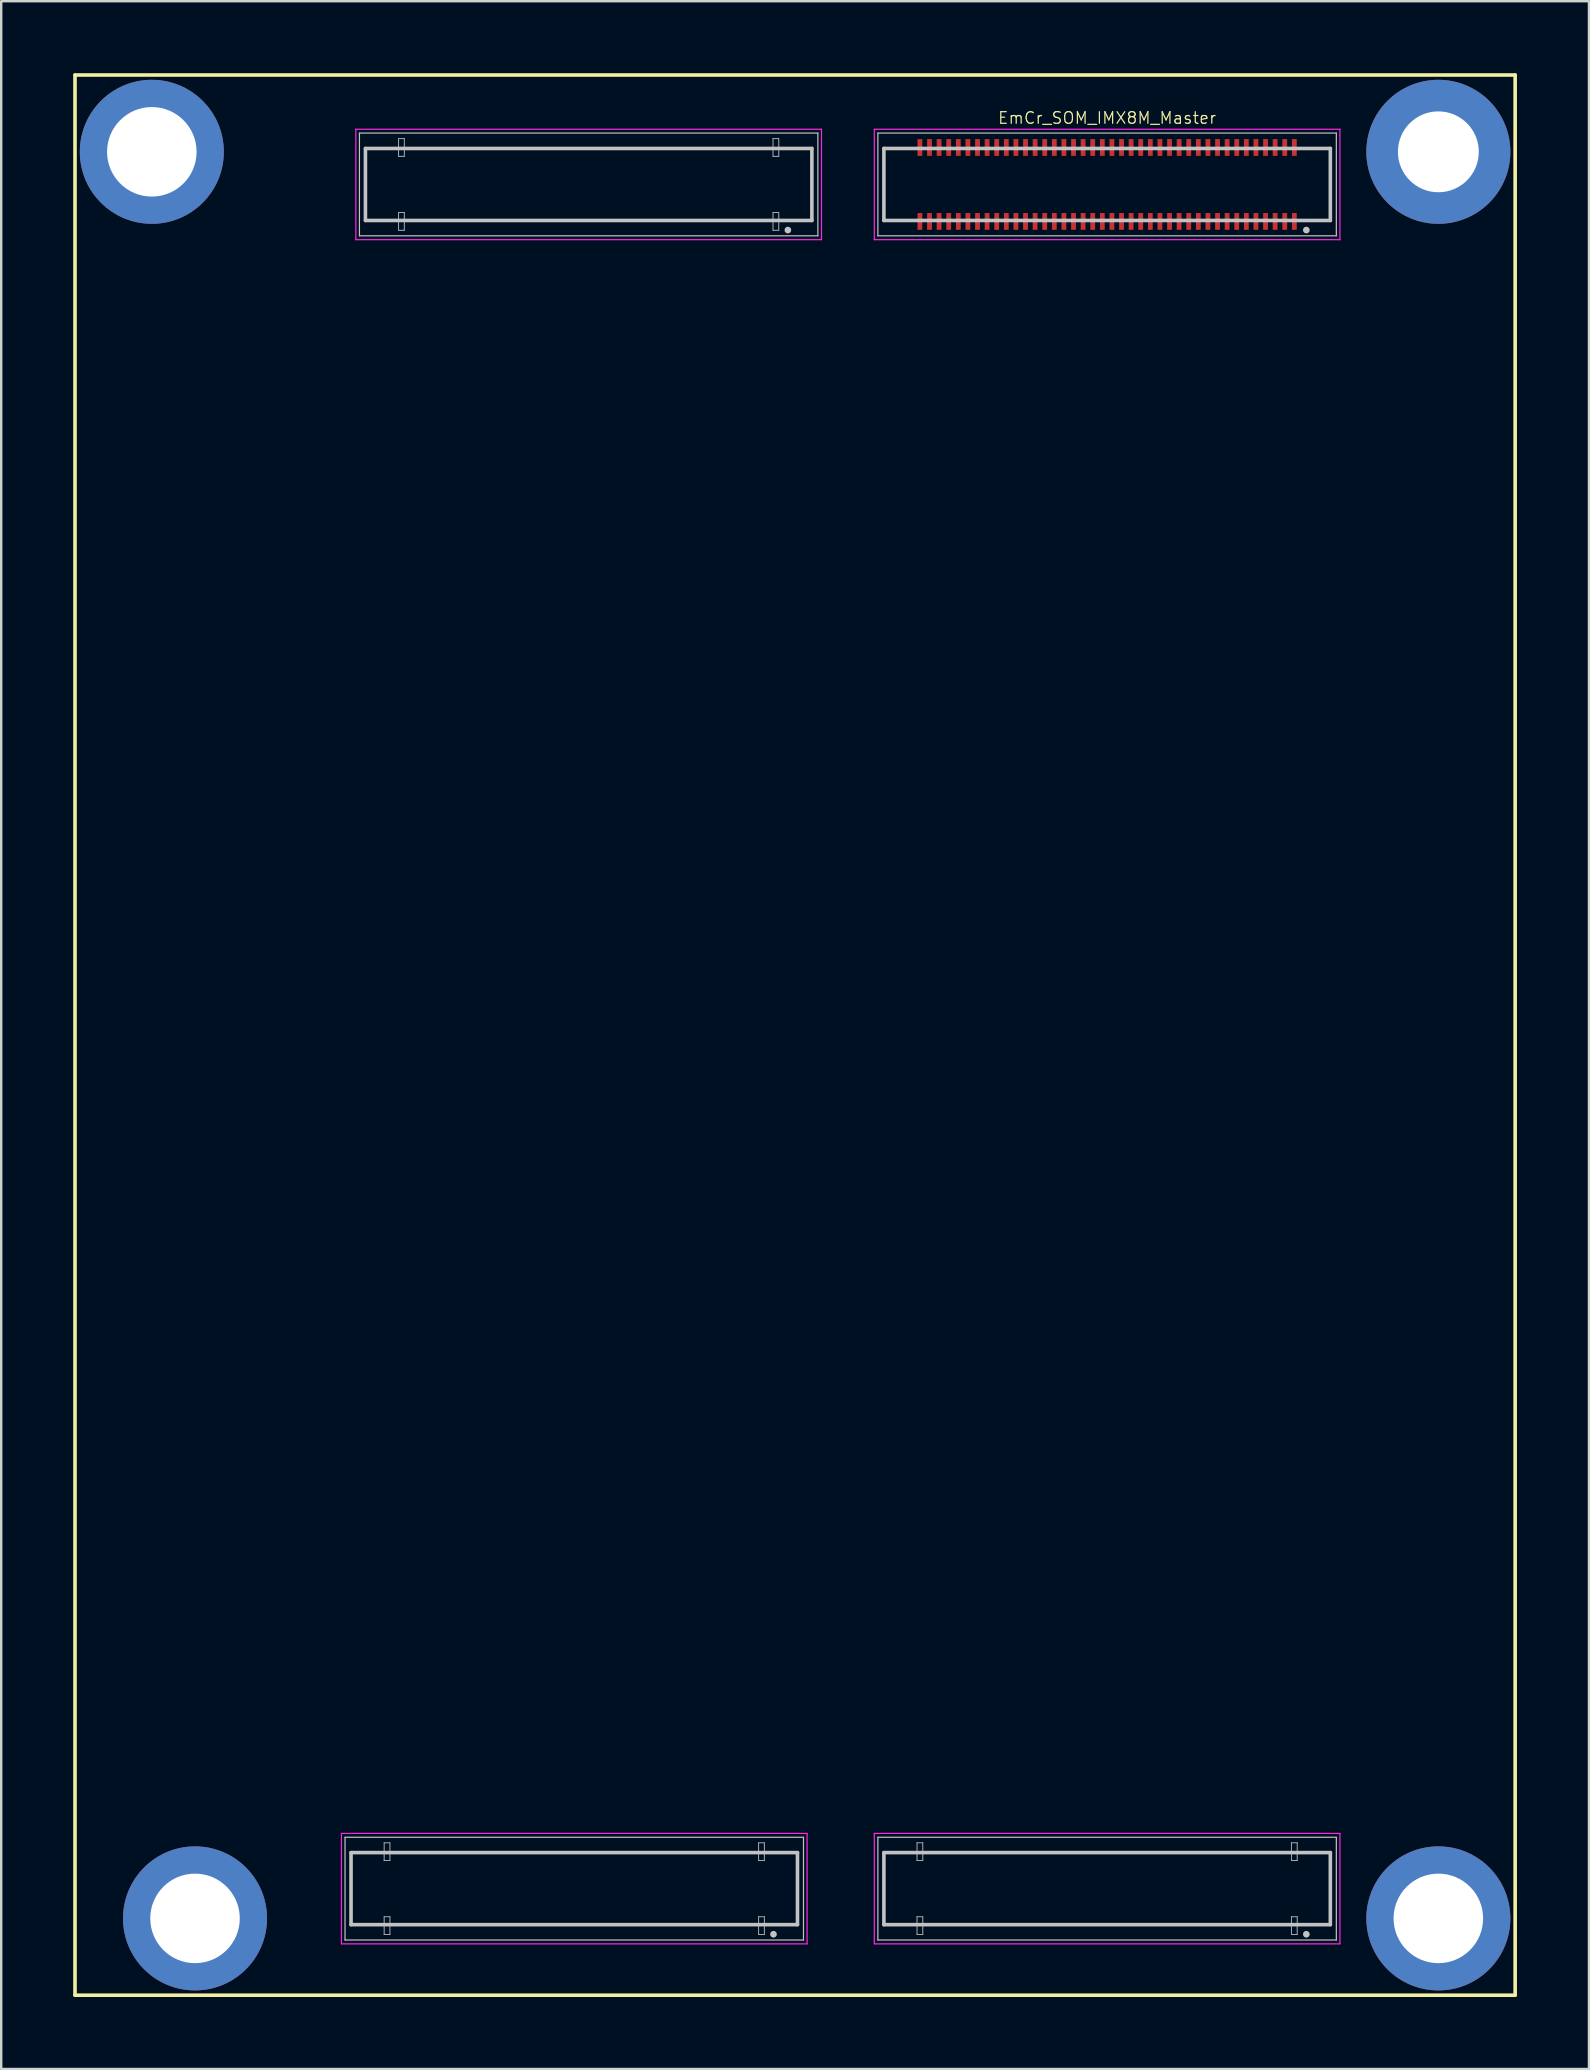
<source format=kicad_pcb>
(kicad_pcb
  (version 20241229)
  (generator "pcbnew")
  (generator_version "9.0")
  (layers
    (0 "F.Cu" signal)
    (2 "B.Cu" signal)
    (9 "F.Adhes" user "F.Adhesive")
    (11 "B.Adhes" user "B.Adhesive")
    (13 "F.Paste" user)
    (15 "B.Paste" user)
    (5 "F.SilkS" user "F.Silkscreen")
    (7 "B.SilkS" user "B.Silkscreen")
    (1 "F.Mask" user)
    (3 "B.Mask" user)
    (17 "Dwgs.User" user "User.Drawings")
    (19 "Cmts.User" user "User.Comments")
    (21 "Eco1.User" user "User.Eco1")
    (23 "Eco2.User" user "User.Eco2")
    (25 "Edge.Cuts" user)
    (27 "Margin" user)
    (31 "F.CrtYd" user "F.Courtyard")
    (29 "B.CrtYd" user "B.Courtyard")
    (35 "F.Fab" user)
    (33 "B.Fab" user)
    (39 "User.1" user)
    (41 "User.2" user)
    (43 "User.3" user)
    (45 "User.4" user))
  (footprint "EmCr_SOM_IMX8M_Master"
    (layer "F.Cu")
    (at 43.075 4.635)
    (property "Reference" "EmCr_SOM_IMX8M_Master" (at 0 -2.77 0) (layer "F.SilkS") (effects (font (size 0.482 0.482) (thickness 0.05))))
    (attr smd)
    (fp_line (start -43 -4.56) (end -43 75.44) (stroke (width 0.15) (type solid)) (layer "F.SilkS"))
    (fp_line (start -43 75.44) (end 17 75.44) (stroke (width 0.15) (type solid)) (layer "F.SilkS"))
    (fp_line (start 17 -4.56) (end -43 -4.56) (stroke (width 0.15) (type solid)) (layer "F.SilkS"))
    (fp_line (start 17 75.44) (end 17 -4.56) (stroke (width 0.15) (type solid)) (layer "F.SilkS"))
    (fp_line (start -31.75 68.86) (end -12.65 68.86) (stroke (width 0.05) (type solid)) (layer "Dwgs.User"))
    (fp_line (start -31.75 73.14) (end -31.75 68.86) (stroke (width 0.05) (type solid)) (layer "Dwgs.User"))
    (fp_line (start -31.5 69.5) (end -12.9 69.5) (stroke (width 0.15) (type solid)) (layer "Dwgs.User"))
    (fp_line (start -31.5 72.5) (end -31.5 69.5) (stroke (width 0.15) (type solid)) (layer "Dwgs.User"))
    (fp_line (start -31.15 -2.14) (end -12.05 -2.14) (stroke (width 0.05) (type solid)) (layer "Dwgs.User"))
    (fp_line (start -31.15 2.14) (end -31.15 -2.14) (stroke (width 0.05) (type solid)) (layer "Dwgs.User"))
    (fp_line (start -30.9 -1.5) (end -12.3 -1.5) (stroke (width 0.15) (type solid)) (layer "Dwgs.User"))
    (fp_line (start -30.9 1.5) (end -30.9 -1.5) (stroke (width 0.15) (type solid)) (layer "Dwgs.User"))
    (fp_line (start -12.9 69.5) (end -12.9 72.5) (stroke (width 0.15) (type solid)) (layer "Dwgs.User"))
    (fp_line (start -12.9 72.5) (end -31.5 72.5) (stroke (width 0.15) (type solid)) (layer "Dwgs.User"))
    (fp_line (start -12.65 68.86) (end -12.65 73.14) (stroke (width 0.05) (type solid)) (layer "Dwgs.User"))
    (fp_line (start -12.65 73.14) (end -31.75 73.14) (stroke (width 0.05) (type solid)) (layer "Dwgs.User"))
    (fp_line (start -12.3 -1.5) (end -12.3 1.5) (stroke (width 0.15) (type solid)) (layer "Dwgs.User"))
    (fp_line (start -12.3 1.5) (end -30.9 1.5) (stroke (width 0.15) (type solid)) (layer "Dwgs.User"))
    (fp_line (start -12.05 -2.14) (end -12.05 2.14) (stroke (width 0.05) (type solid)) (layer "Dwgs.User"))
    (fp_line (start -12.05 2.14) (end -31.15 2.14) (stroke (width 0.05) (type solid)) (layer "Dwgs.User"))
    (fp_line (start -9.55 -2.14) (end 9.55 -2.14) (stroke (width 0.05) (type solid)) (layer "Dwgs.User"))
    (fp_line (start -9.55 2.14) (end -9.55 -2.14) (stroke (width 0.05) (type solid)) (layer "Dwgs.User"))
    (fp_line (start -9.55 68.86) (end 9.55 68.86) (stroke (width 0.05) (type solid)) (layer "Dwgs.User"))
    (fp_line (start -9.55 73.14) (end -9.55 68.86) (stroke (width 0.05) (type solid)) (layer "Dwgs.User"))
    (fp_line (start -9.3 -1.5) (end 9.3 -1.5) (stroke (width 0.15) (type solid)) (layer "Dwgs.User"))
    (fp_line (start -9.3 1.5) (end -9.3 -1.5) (stroke (width 0.15) (type solid)) (layer "Dwgs.User"))
    (fp_line (start -9.3 69.5) (end 9.3 69.5) (stroke (width 0.15) (type solid)) (layer "Dwgs.User"))
    (fp_line (start -9.3 72.5) (end -9.3 69.5) (stroke (width 0.15) (type solid)) (layer "Dwgs.User"))
    (fp_line (start 9.3 -1.5) (end 9.3 1.5) (stroke (width 0.15) (type solid)) (layer "Dwgs.User"))
    (fp_line (start 9.3 1.5) (end -9.3 1.5) (stroke (width 0.15) (type solid)) (layer "Dwgs.User"))
    (fp_line (start 9.3 69.5) (end 9.3 72.5) (stroke (width 0.15) (type solid)) (layer "Dwgs.User"))
    (fp_line (start 9.3 72.5) (end -9.3 72.5) (stroke (width 0.15) (type solid)) (layer "Dwgs.User"))
    (fp_line (start 9.55 -2.14) (end 9.55 2.14) (stroke (width 0.05) (type solid)) (layer "Dwgs.User"))
    (fp_line (start 9.55 2.14) (end -9.55 2.14) (stroke (width 0.05) (type solid)) (layer "Dwgs.User"))
    (fp_line (start 9.55 68.86) (end 9.55 73.14) (stroke (width 0.05) (type solid)) (layer "Dwgs.User"))
    (fp_line (start 9.55 73.14) (end -9.55 73.14) (stroke (width 0.05) (type solid)) (layer "Dwgs.User"))
    (fp_circle (center -13.9 72.9) (end -13.97 72.9) (stroke (width 0.14) (type solid)) (fill no) (layer "Dwgs.User"))
    (fp_circle (center -13.3 1.9) (end -13.37 1.9) (stroke (width 0.14) (type solid)) (fill no) (layer "Dwgs.User"))
    (fp_circle (center 8.3 1.9) (end 8.23 1.9) (stroke (width 0.14) (type solid)) (fill no) (layer "Dwgs.User"))
    (fp_circle (center 8.3 72.9) (end 8.23 72.9) (stroke (width 0.14) (type solid)) (fill no) (layer "Dwgs.User"))
    (fp_line (start -31.9 68.7) (end -12.5 68.7) (stroke (width 0.05) (type solid)) (layer "F.CrtYd"))
    (fp_line (start -31.9 73.3) (end -31.9 68.7) (stroke (width 0.05) (type solid)) (layer "F.CrtYd"))
    (fp_line (start -31.3 -2.3) (end -11.9 -2.3) (stroke (width 0.05) (type solid)) (layer "F.CrtYd"))
    (fp_line (start -31.3 2.3) (end -31.3 -2.3) (stroke (width 0.05) (type solid)) (layer "F.CrtYd"))
    (fp_line (start -12.5 68.7) (end -12.5 73.3) (stroke (width 0.05) (type solid)) (layer "F.CrtYd"))
    (fp_line (start -12.5 73.3) (end -31.9 73.3) (stroke (width 0.05) (type solid)) (layer "F.CrtYd"))
    (fp_line (start -11.9 -2.3) (end -11.9 2.3) (stroke (width 0.05) (type solid)) (layer "F.CrtYd"))
    (fp_line (start -11.9 2.3) (end -31.3 2.3) (stroke (width 0.05) (type solid)) (layer "F.CrtYd"))
    (fp_line (start -9.7 -2.3) (end 9.7 -2.3) (stroke (width 0.05) (type solid)) (layer "F.CrtYd"))
    (fp_line (start -9.7 2.3) (end -9.7 -2.3) (stroke (width 0.05) (type solid)) (layer "F.CrtYd"))
    (fp_line (start -9.7 68.7) (end 9.7 68.7) (stroke (width 0.05) (type solid)) (layer "F.CrtYd"))
    (fp_line (start -9.7 73.3) (end -9.7 68.7) (stroke (width 0.05) (type solid)) (layer "F.CrtYd"))
    (fp_line (start 9.7 -2.3) (end 9.7 2.3) (stroke (width 0.05) (type solid)) (layer "F.CrtYd"))
    (fp_line (start 9.7 2.3) (end -9.7 2.3) (stroke (width 0.05) (type solid)) (layer "F.CrtYd"))
    (fp_line (start 9.7 68.7) (end 9.7 73.3) (stroke (width 0.05) (type solid)) (layer "F.CrtYd"))
    (fp_line (start 9.7 73.3) (end -9.7 73.3) (stroke (width 0.05) (type solid)) (layer "F.CrtYd"))
    (fp_line (start -30.12 69.09) (end -30.12 69.83) (stroke (width 0.04) (type solid)) (layer "F.Fab"))
    (fp_line (start -30.12 69.83) (end -29.88 69.83) (stroke (width 0.04) (type solid)) (layer "F.Fab"))
    (fp_line (start -30.12 72.17) (end -30.12 72.91) (stroke (width 0.04) (type solid)) (layer "F.Fab"))
    (fp_line (start -30.12 72.91) (end -29.88 72.91) (stroke (width 0.04) (type solid)) (layer "F.Fab"))
    (fp_line (start -29.88 69.09) (end -30.12 69.09) (stroke (width 0.04) (type solid)) (layer "F.Fab"))
    (fp_line (start -29.88 69.83) (end -29.88 69.09) (stroke (width 0.04) (type solid)) (layer "F.Fab"))
    (fp_line (start -29.88 72.17) (end -30.12 72.17) (stroke (width 0.04) (type solid)) (layer "F.Fab"))
    (fp_line (start -29.88 72.91) (end -29.88 72.17) (stroke (width 0.04) (type solid)) (layer "F.Fab"))
    (fp_line (start -29.52 -1.91) (end -29.52 -1.17) (stroke (width 0.04) (type solid)) (layer "F.Fab"))
    (fp_line (start -29.52 -1.17) (end -29.28 -1.17) (stroke (width 0.04) (type solid)) (layer "F.Fab"))
    (fp_line (start -29.52 1.17) (end -29.52 1.91) (stroke (width 0.04) (type solid)) (layer "F.Fab"))
    (fp_line (start -29.52 1.91) (end -29.28 1.91) (stroke (width 0.04) (type solid)) (layer "F.Fab"))
    (fp_line (start -29.28 -1.91) (end -29.52 -1.91) (stroke (width 0.04) (type solid)) (layer "F.Fab"))
    (fp_line (start -29.28 -1.17) (end -29.28 -1.91) (stroke (width 0.04) (type solid)) (layer "F.Fab"))
    (fp_line (start -29.28 1.17) (end -29.52 1.17) (stroke (width 0.04) (type solid)) (layer "F.Fab"))
    (fp_line (start -29.28 1.91) (end -29.28 1.17) (stroke (width 0.04) (type solid)) (layer "F.Fab"))
    (fp_line (start -14.52 69.09) (end -14.52 69.83) (stroke (width 0.04) (type solid)) (layer "F.Fab"))
    (fp_line (start -14.52 69.83) (end -14.28 69.83) (stroke (width 0.04) (type solid)) (layer "F.Fab"))
    (fp_line (start -14.52 72.17) (end -14.52 72.91) (stroke (width 0.04) (type solid)) (layer "F.Fab"))
    (fp_line (start -14.52 72.91) (end -14.28 72.91) (stroke (width 0.04) (type solid)) (layer "F.Fab"))
    (fp_line (start -14.28 69.09) (end -14.52 69.09) (stroke (width 0.04) (type solid)) (layer "F.Fab"))
    (fp_line (start -14.28 69.83) (end -14.28 69.09) (stroke (width 0.04) (type solid)) (layer "F.Fab"))
    (fp_line (start -14.28 72.17) (end -14.52 72.17) (stroke (width 0.04) (type solid)) (layer "F.Fab"))
    (fp_line (start -14.28 72.91) (end -14.28 72.17) (stroke (width 0.04) (type solid)) (layer "F.Fab"))
    (fp_line (start -13.92 -1.91) (end -13.92 -1.17) (stroke (width 0.04) (type solid)) (layer "F.Fab"))
    (fp_line (start -13.92 -1.17) (end -13.68 -1.17) (stroke (width 0.04) (type solid)) (layer "F.Fab"))
    (fp_line (start -13.92 1.17) (end -13.92 1.91) (stroke (width 0.04) (type solid)) (layer "F.Fab"))
    (fp_line (start -13.92 1.91) (end -13.68 1.91) (stroke (width 0.04) (type solid)) (layer "F.Fab"))
    (fp_line (start -13.68 -1.91) (end -13.92 -1.91) (stroke (width 0.04) (type solid)) (layer "F.Fab"))
    (fp_line (start -13.68 -1.17) (end -13.68 -1.91) (stroke (width 0.04) (type solid)) (layer "F.Fab"))
    (fp_line (start -13.68 1.17) (end -13.92 1.17) (stroke (width 0.04) (type solid)) (layer "F.Fab"))
    (fp_line (start -13.68 1.91) (end -13.68 1.17) (stroke (width 0.04) (type solid)) (layer "F.Fab"))
    (fp_line (start -7.92 69.09) (end -7.92 69.83) (stroke (width 0.04) (type solid)) (layer "F.Fab"))
    (fp_line (start -7.92 69.83) (end -7.68 69.83) (stroke (width 0.04) (type solid)) (layer "F.Fab"))
    (fp_line (start -7.92 72.17) (end -7.92 72.91) (stroke (width 0.04) (type solid)) (layer "F.Fab"))
    (fp_line (start -7.92 72.91) (end -7.68 72.91) (stroke (width 0.04) (type solid)) (layer "F.Fab"))
    (fp_line (start -7.68 69.09) (end -7.92 69.09) (stroke (width 0.04) (type solid)) (layer "F.Fab"))
    (fp_line (start -7.68 69.83) (end -7.68 69.09) (stroke (width 0.04) (type solid)) (layer "F.Fab"))
    (fp_line (start -7.68 72.17) (end -7.92 72.17) (stroke (width 0.04) (type solid)) (layer "F.Fab"))
    (fp_line (start -7.68 72.91) (end -7.68 72.17) (stroke (width 0.04) (type solid)) (layer "F.Fab"))
    (fp_line (start 7.68 69.09) (end 7.68 69.83) (stroke (width 0.04) (type solid)) (layer "F.Fab"))
    (fp_line (start 7.68 69.83) (end 7.92 69.83) (stroke (width 0.04) (type solid)) (layer "F.Fab"))
    (fp_line (start 7.68 72.17) (end 7.68 72.91) (stroke (width 0.04) (type solid)) (layer "F.Fab"))
    (fp_line (start 7.68 72.91) (end 7.92 72.91) (stroke (width 0.04) (type solid)) (layer "F.Fab"))
    (fp_line (start 7.92 69.09) (end 7.68 69.09) (stroke (width 0.04) (type solid)) (layer "F.Fab"))
    (fp_line (start 7.92 69.83) (end 7.92 69.09) (stroke (width 0.04) (type solid)) (layer "F.Fab"))
    (fp_line (start 7.92 72.17) (end 7.68 72.17) (stroke (width 0.04) (type solid)) (layer "F.Fab"))
    (fp_line (start 7.92 72.91) (end 7.92 72.17) (stroke (width 0.04) (type solid)) (layer "F.Fab"))
    (pad "1" smd rect (at 7.8 1.54 180) (size 0.2 0.7) (layers "F.Cu" "F.Mask" "F.Paste"))
    (pad "2" smd rect (at 7.8 -1.54) (size 0.2 0.7) (layers "F.Cu" "F.Mask" "F.Paste"))
    (pad "3" smd rect (at 7.4 1.54 180) (size 0.2 0.7) (layers "F.Cu" "F.Mask" "F.Paste"))
    (pad "4" smd rect (at 7.4 -1.54) (size 0.2 0.7) (layers "F.Cu" "F.Mask" "F.Paste"))
    (pad "5" smd rect (at 7 1.54 180) (size 0.2 0.7) (layers "F.Cu" "F.Mask" "F.Paste"))
    (pad "6" smd rect (at 7 -1.54) (size 0.2 0.7) (layers "F.Cu" "F.Mask" "F.Paste"))
    (pad "7" smd rect (at 6.6 1.54 180) (size 0.2 0.7) (layers "F.Cu" "F.Mask" "F.Paste"))
    (pad "8" smd rect (at 6.6 -1.54) (size 0.2 0.7) (layers "F.Cu" "F.Mask" "F.Paste"))
    (pad "9" smd rect (at 6.2 1.54 180) (size 0.2 0.7) (layers "F.Cu" "F.Mask" "F.Paste"))
    (pad "10" smd rect (at 6.2 -1.54) (size 0.2 0.7) (layers "F.Cu" "F.Mask" "F.Paste"))
    (pad "11" smd rect (at 5.8 1.54 180) (size 0.2 0.7) (layers "F.Cu" "F.Mask" "F.Paste"))
    (pad "12" smd rect (at 5.8 -1.54) (size 0.2 0.7) (layers "F.Cu" "F.Mask" "F.Paste"))
    (pad "13" smd rect (at 5.4 1.54 180) (size 0.2 0.7) (layers "F.Cu" "F.Mask" "F.Paste"))
    (pad "14" smd rect (at 5.4 -1.54) (size 0.2 0.7) (layers "F.Cu" "F.Mask" "F.Paste"))
    (pad "15" smd rect (at 5 1.54 180) (size 0.2 0.7) (layers "F.Cu" "F.Mask" "F.Paste"))
    (pad "16" smd rect (at 5 -1.54) (size 0.2 0.7) (layers "F.Cu" "F.Mask" "F.Paste"))
    (pad "17" smd rect (at 4.6 1.54 180) (size 0.2 0.7) (layers "F.Cu" "F.Mask" "F.Paste"))
    (pad "18" smd rect (at 4.6 -1.54) (size 0.2 0.7) (layers "F.Cu" "F.Mask" "F.Paste"))
    (pad "19" smd rect (at 4.2 1.54 180) (size 0.2 0.7) (layers "F.Cu" "F.Mask" "F.Paste"))
    (pad "20" smd rect (at 4.2 -1.54) (size 0.2 0.7) (layers "F.Cu" "F.Mask" "F.Paste"))
    (pad "21" smd rect (at 3.8 1.54 180) (size 0.2 0.7) (layers "F.Cu" "F.Mask" "F.Paste"))
    (pad "22" smd rect (at 3.8 -1.54) (size 0.2 0.7) (layers "F.Cu" "F.Mask" "F.Paste"))
    (pad "23" smd rect (at 3.4 1.54 180) (size 0.2 0.7) (layers "F.Cu" "F.Mask" "F.Paste"))
    (pad "24" smd rect (at 3.4 -1.54) (size 0.2 0.7) (layers "F.Cu" "F.Mask" "F.Paste"))
    (pad "25" smd rect (at 3 1.54 180) (size 0.2 0.7) (layers "F.Cu" "F.Mask" "F.Paste"))
    (pad "26" smd rect (at 3 -1.54) (size 0.2 0.7) (layers "F.Cu" "F.Mask" "F.Paste"))
    (pad "27" smd rect (at 2.6 1.54 180) (size 0.2 0.7) (layers "F.Cu" "F.Mask" "F.Paste"))
    (pad "28" smd rect (at 2.6 -1.54) (size 0.2 0.7) (layers "F.Cu" "F.Mask" "F.Paste"))
    (pad "29" smd rect (at 2.2 1.54 180) (size 0.2 0.7) (layers "F.Cu" "F.Mask" "F.Paste"))
    (pad "30" smd rect (at 2.2 -1.54) (size 0.2 0.7) (layers "F.Cu" "F.Mask" "F.Paste"))
    (pad "31" smd rect (at 1.8 1.54 180) (size 0.2 0.7) (layers "F.Cu" "F.Mask" "F.Paste"))
    (pad "32" smd rect (at 1.8 -1.54) (size 0.2 0.7) (layers "F.Cu" "F.Mask" "F.Paste"))
    (pad "33" smd rect (at 1.4 1.54 180) (size 0.2 0.7) (layers "F.Cu" "F.Mask" "F.Paste"))
    (pad "34" smd rect (at 1.4 -1.54) (size 0.2 0.7) (layers "F.Cu" "F.Mask" "F.Paste"))
    (pad "35" smd rect (at 1 1.54 180) (size 0.2 0.7) (layers "F.Cu" "F.Mask" "F.Paste"))
    (pad "36" smd rect (at 1 -1.54) (size 0.2 0.7) (layers "F.Cu" "F.Mask" "F.Paste"))
    (pad "37" smd rect (at 0.6 1.54 180) (size 0.2 0.7) (layers "F.Cu" "F.Mask" "F.Paste"))
    (pad "38" smd rect (at 0.6 -1.54) (size 0.2 0.7) (layers "F.Cu" "F.Mask" "F.Paste"))
    (pad "39" smd rect (at 0.2 1.54 180) (size 0.2 0.7) (layers "F.Cu" "F.Mask" "F.Paste"))
    (pad "40" smd rect (at 0.2 -1.54) (size 0.2 0.7) (layers "F.Cu" "F.Mask" "F.Paste"))
    (pad "41" smd rect (at -0.2 1.54 180) (size 0.2 0.7) (layers "F.Cu" "F.Mask" "F.Paste"))
    (pad "42" smd rect (at -0.2 -1.54) (size 0.2 0.7) (layers "F.Cu" "F.Mask" "F.Paste"))
    (pad "43" smd rect (at -0.6 1.54 180) (size 0.2 0.7) (layers "F.Cu" "F.Mask" "F.Paste"))
    (pad "44" smd rect (at -0.6 -1.54) (size 0.2 0.7) (layers "F.Cu" "F.Mask" "F.Paste"))
    (pad "45" smd rect (at -1 1.54 180) (size 0.2 0.7) (layers "F.Cu" "F.Mask" "F.Paste"))
    (pad "46" smd rect (at -1 -1.54) (size 0.2 0.7) (layers "F.Cu" "F.Mask" "F.Paste"))
    (pad "47" smd rect (at -1.4 1.54 180) (size 0.2 0.7) (layers "F.Cu" "F.Mask" "F.Paste"))
    (pad "48" smd rect (at -1.4 -1.54) (size 0.2 0.7) (layers "F.Cu" "F.Mask" "F.Paste"))
    (pad "49" smd rect (at -1.8 1.54 180) (size 0.2 0.7) (layers "F.Cu" "F.Mask" "F.Paste"))
    (pad "50" smd rect (at -1.8 -1.54) (size 0.2 0.7) (layers "F.Cu" "F.Mask" "F.Paste"))
    (pad "51" smd rect (at -2.2 1.54 180) (size 0.2 0.7) (layers "F.Cu" "F.Mask" "F.Paste"))
    (pad "52" smd rect (at -2.2 -1.54) (size 0.2 0.7) (layers "F.Cu" "F.Mask" "F.Paste"))
    (pad "53" smd rect (at -2.6 1.54 180) (size 0.2 0.7) (layers "F.Cu" "F.Mask" "F.Paste"))
    (pad "54" smd rect (at -2.6 -1.54) (size 0.2 0.7) (layers "F.Cu" "F.Mask" "F.Paste"))
    (pad "55" smd rect (at -3 1.54 180) (size 0.2 0.7) (layers "F.Cu" "F.Mask" "F.Paste"))
    (pad "56" smd rect (at -3 -1.54) (size 0.2 0.7) (layers "F.Cu" "F.Mask" "F.Paste"))
    (pad "57" smd rect (at -3.4 1.54 180) (size 0.2 0.7) (layers "F.Cu" "F.Mask" "F.Paste"))
    (pad "58" smd rect (at -3.4 -1.54) (size 0.2 0.7) (layers "F.Cu" "F.Mask" "F.Paste"))
    (pad "59" smd rect (at -3.8 1.54 180) (size 0.2 0.7) (layers "F.Cu" "F.Mask" "F.Paste"))
    (pad "60" smd rect (at -3.8 -1.54) (size 0.2 0.7) (layers "F.Cu" "F.Mask" "F.Paste"))
    (pad "61" smd rect (at -4.2 1.54 180) (size 0.2 0.7) (layers "F.Cu" "F.Mask" "F.Paste"))
    (pad "62" smd rect (at -4.2 -1.54) (size 0.2 0.7) (layers "F.Cu" "F.Mask" "F.Paste"))
    (pad "63" smd rect (at -4.6 1.54 180) (size 0.2 0.7) (layers "F.Cu" "F.Mask" "F.Paste"))
    (pad "64" smd rect (at -4.6 -1.54) (size 0.2 0.7) (layers "F.Cu" "F.Mask" "F.Paste"))
    (pad "65" smd rect (at -5 1.54 180) (size 0.2 0.7) (layers "F.Cu" "F.Mask" "F.Paste"))
    (pad "66" smd rect (at -5 -1.54) (size 0.2 0.7) (layers "F.Cu" "F.Mask" "F.Paste"))
    (pad "67" smd rect (at -5.4 1.54 180) (size 0.2 0.7) (layers "F.Cu" "F.Mask" "F.Paste"))
    (pad "68" smd rect (at -5.4 -1.54) (size 0.2 0.7) (layers "F.Cu" "F.Mask" "F.Paste"))
    (pad "69" smd rect (at -5.8 1.54 180) (size 0.2 0.7) (layers "F.Cu" "F.Mask" "F.Paste"))
    (pad "70" smd rect (at -5.8 -1.54) (size 0.2 0.7) (layers "F.Cu" "F.Mask" "F.Paste"))
    (pad "71" smd rect (at -6.2 1.54 180) (size 0.2 0.7) (layers "F.Cu" "F.Mask" "F.Paste"))
    (pad "72" smd rect (at -6.2 -1.54) (size 0.2 0.7) (layers "F.Cu" "F.Mask" "F.Paste"))
    (pad "73" smd rect (at -6.6 1.54 180) (size 0.2 0.7) (layers "F.Cu" "F.Mask" "F.Paste"))
    (pad "74" smd rect (at -6.6 -1.54) (size 0.2 0.7) (layers "F.Cu" "F.Mask" "F.Paste"))
    (pad "75" smd rect (at -7 1.54 180) (size 0.2 0.7) (layers "F.Cu" "F.Mask" "F.Paste"))
    (pad "76" smd rect (at -7 -1.54) (size 0.2 0.7) (layers "F.Cu" "F.Mask" "F.Paste"))
    (pad "77" smd rect (at -7.4 1.54 180) (size 0.2 0.7) (layers "F.Cu" "F.Mask" "F.Paste"))
    (pad "78" smd rect (at -7.4 -1.54) (size 0.2 0.7) (layers "F.Cu" "F.Mask" "F.Paste"))
    (pad "79" smd rect (at -7.8 1.54 180) (size 0.2 0.7) (layers "F.Cu" "F.Mask" "F.Paste"))
    (pad "80" smd rect (at -7.8 -1.54) (size 0.2 0.7) (layers "F.Cu" "F.Mask" "F.Paste"))
    (pad "MH1" thru_hole circle (at 13.8 -1.36) (size 6 6) (drill 3.37) (layers "*.Cu" "*.Mask"))
    (pad "MH2" thru_hole circle (at -39.8 -1.36) (size 6 6) (drill 3.73) (layers "*.Cu" "*.Mask"))
    (pad "MH3" thru_hole circle (at 13.8 72.24) (size 6 6) (drill 3.73) (layers "*.Cu" "*.Mask"))
    (pad "MH4" thru_hole circle (at -38 72.24) (size 6 6) (drill 3.73) (layers "*.Cu" "*.Mask")))
  (gr_rect
    (start -3 -3)
    (end 63.15 83.15)
    (stroke (width 0.1) (type default))
    (fill no)
    (layer "Edge.Cuts")))
</source>
